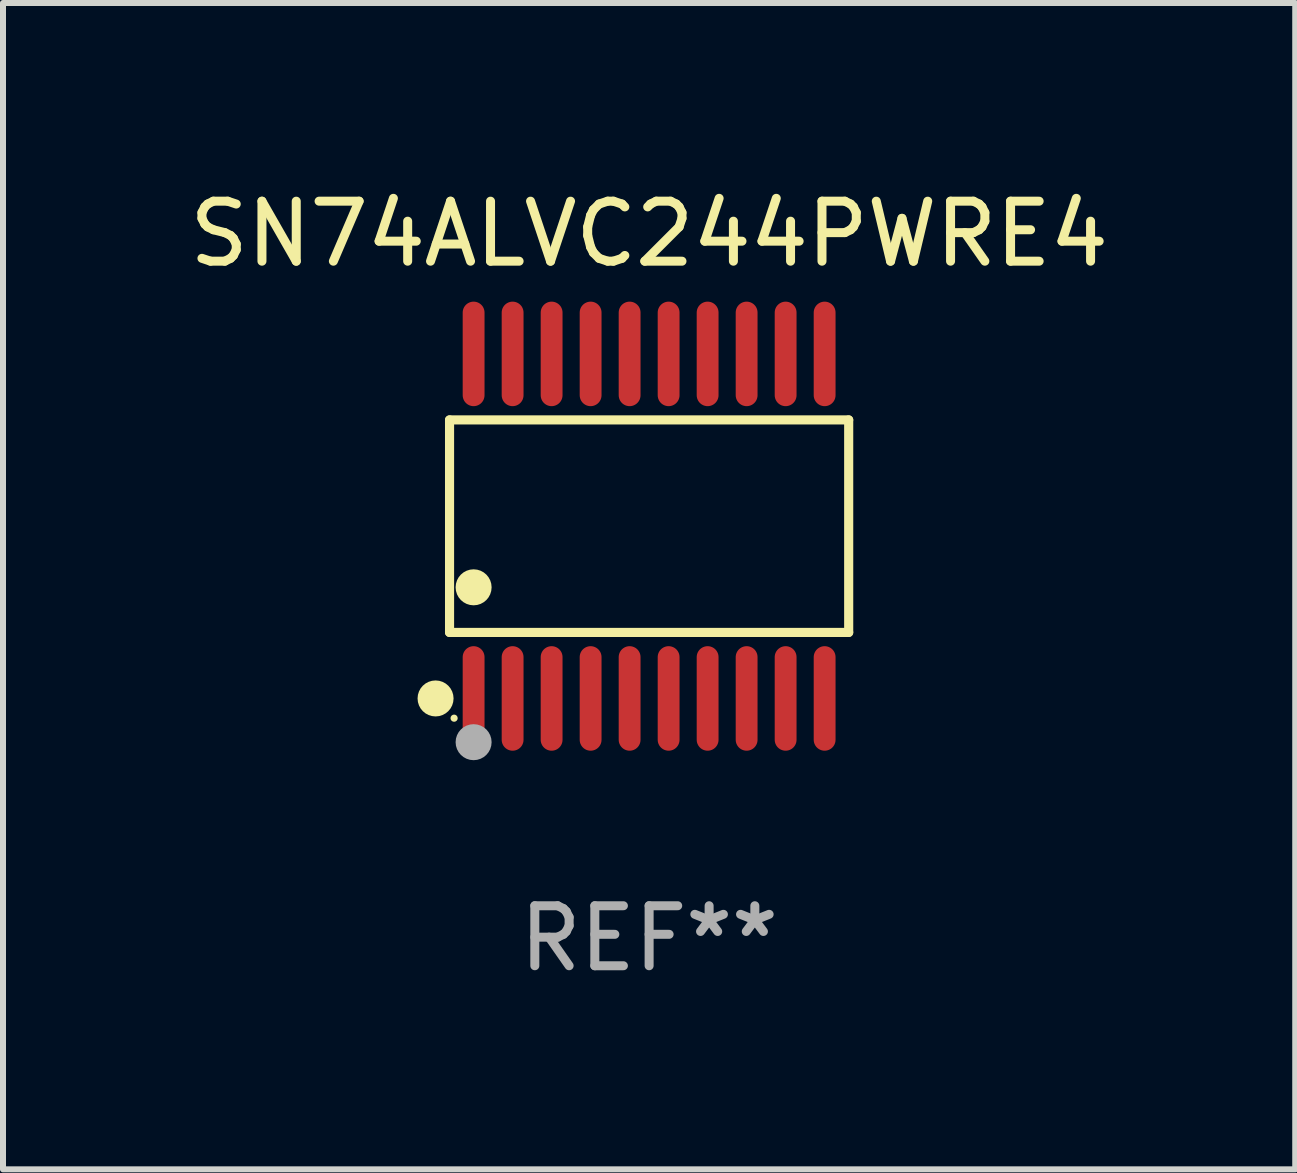
<source format=kicad_pcb>
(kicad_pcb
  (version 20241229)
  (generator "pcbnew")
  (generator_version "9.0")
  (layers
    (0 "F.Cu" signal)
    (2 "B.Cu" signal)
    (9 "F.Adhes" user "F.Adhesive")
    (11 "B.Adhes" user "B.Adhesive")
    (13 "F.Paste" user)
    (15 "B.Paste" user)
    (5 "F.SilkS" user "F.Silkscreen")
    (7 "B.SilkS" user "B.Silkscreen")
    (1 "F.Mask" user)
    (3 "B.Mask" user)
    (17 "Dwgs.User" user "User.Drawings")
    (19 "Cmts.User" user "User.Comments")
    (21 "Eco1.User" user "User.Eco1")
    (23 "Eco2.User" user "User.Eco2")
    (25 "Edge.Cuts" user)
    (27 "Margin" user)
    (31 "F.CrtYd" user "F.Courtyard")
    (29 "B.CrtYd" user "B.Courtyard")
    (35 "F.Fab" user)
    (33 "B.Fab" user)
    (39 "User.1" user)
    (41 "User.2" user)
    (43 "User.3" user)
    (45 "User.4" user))
  (footprint "SN74ALVC244PWRE4"
    (layer "F.Cu")
    (at 7.768 5.719)
    (property "Reference" "SN74ALVC244PWRE4" (at 0 -4.871 0) (layer "F.SilkS") (effects (font (size 1 1) (thickness 0.15))))
    (attr through_hole)
    (fp_line (start -3.326 -1.771) (end 3.326 -1.771) (stroke (width 0.152) (type solid)) (layer "F.SilkS"))
    (fp_line (start -3.326 1.771) (end -3.326 -1.771) (stroke (width 0.152) (type solid)) (layer "F.SilkS"))
    (fp_line (start 3.326 -1.771) (end 3.326 1.771) (stroke (width 0.152) (type solid)) (layer "F.SilkS"))
    (fp_line (start 3.326 1.771) (end -3.326 1.771) (stroke (width 0.152) (type solid)) (layer "F.SilkS"))
    (fp_circle (center -3.559 2.871) (end -3.409 2.871) (stroke (width 0.3) (type solid)) (fill no) (layer "F.SilkS"))
    (fp_circle (center -3.25 3.2) (end -3.22 3.2) (stroke (width 0.06) (type solid)) (fill no) (layer "F.SilkS"))
    (fp_circle (center -2.925 1.019) (end -2.775 1.019) (stroke (width 0.3) (type solid)) (fill no) (layer "F.SilkS"))
    (fp_circle (center -2.925 3.6) (end -2.775 3.6) (stroke (width 0.3) (type solid)) (fill no) (layer "F.Fab"))
    (fp_text user "REF**" (at 0 6.871 0) (layer "F.Fab") (effects (font (size 1 1) (thickness 0.15))))
    (pad "1" smd oval (at -2.925 2.871) (size 0.364 1.742) (layers "F.Cu" "F.Mask" "F.Paste"))
    (pad "2" smd oval (at -2.275 2.871) (size 0.364 1.742) (layers "F.Cu" "F.Mask" "F.Paste"))
    (pad "3" smd oval (at -1.625 2.871) (size 0.364 1.742) (layers "F.Cu" "F.Mask" "F.Paste"))
    (pad "4" smd oval (at -0.975 2.871) (size 0.364 1.742) (layers "F.Cu" "F.Mask" "F.Paste"))
    (pad "5" smd oval (at -0.325 2.871) (size 0.364 1.742) (layers "F.Cu" "F.Mask" "F.Paste"))
    (pad "6" smd oval (at 0.325 2.871) (size 0.364 1.742) (layers "F.Cu" "F.Mask" "F.Paste"))
    (pad "7" smd oval (at 0.975 2.871) (size 0.364 1.742) (layers "F.Cu" "F.Mask" "F.Paste"))
    (pad "8" smd oval (at 1.625 2.871) (size 0.364 1.742) (layers "F.Cu" "F.Mask" "F.Paste"))
    (pad "9" smd oval (at 2.275 2.871) (size 0.364 1.742) (layers "F.Cu" "F.Mask" "F.Paste"))
    (pad "10" smd oval (at 2.925 2.871) (size 0.364 1.742) (layers "F.Cu" "F.Mask" "F.Paste"))
    (pad "11" smd oval (at 2.925 -2.871) (size 0.364 1.742) (layers "F.Cu" "F.Mask" "F.Paste"))
    (pad "12" smd oval (at 2.275 -2.871) (size 0.364 1.742) (layers "F.Cu" "F.Mask" "F.Paste"))
    (pad "13" smd oval (at 1.625 -2.871) (size 0.364 1.742) (layers "F.Cu" "F.Mask" "F.Paste"))
    (pad "14" smd oval (at 0.975 -2.871) (size 0.364 1.742) (layers "F.Cu" "F.Mask" "F.Paste"))
    (pad "15" smd oval (at 0.325 -2.871) (size 0.364 1.742) (layers "F.Cu" "F.Mask" "F.Paste"))
    (pad "16" smd oval (at -0.325 -2.871) (size 0.364 1.742) (layers "F.Cu" "F.Mask" "F.Paste"))
    (pad "17" smd oval (at -0.975 -2.871) (size 0.364 1.742) (layers "F.Cu" "F.Mask" "F.Paste"))
    (pad "18" smd oval (at -1.625 -2.871) (size 0.364 1.742) (layers "F.Cu" "F.Mask" "F.Paste"))
    (pad "19" smd oval (at -2.275 -2.871) (size 0.364 1.742) (layers "F.Cu" "F.Mask" "F.Paste"))
    (pad "20" smd oval (at -2.925 -2.871) (size 0.364 1.742) (layers "F.Cu" "F.Mask" "F.Paste")))
  (gr_rect
    (start -3 -3)
    (end 18.536 16.438)
    (stroke (width 0.1) (type default))
    (fill no)
    (layer "Edge.Cuts")))
</source>
